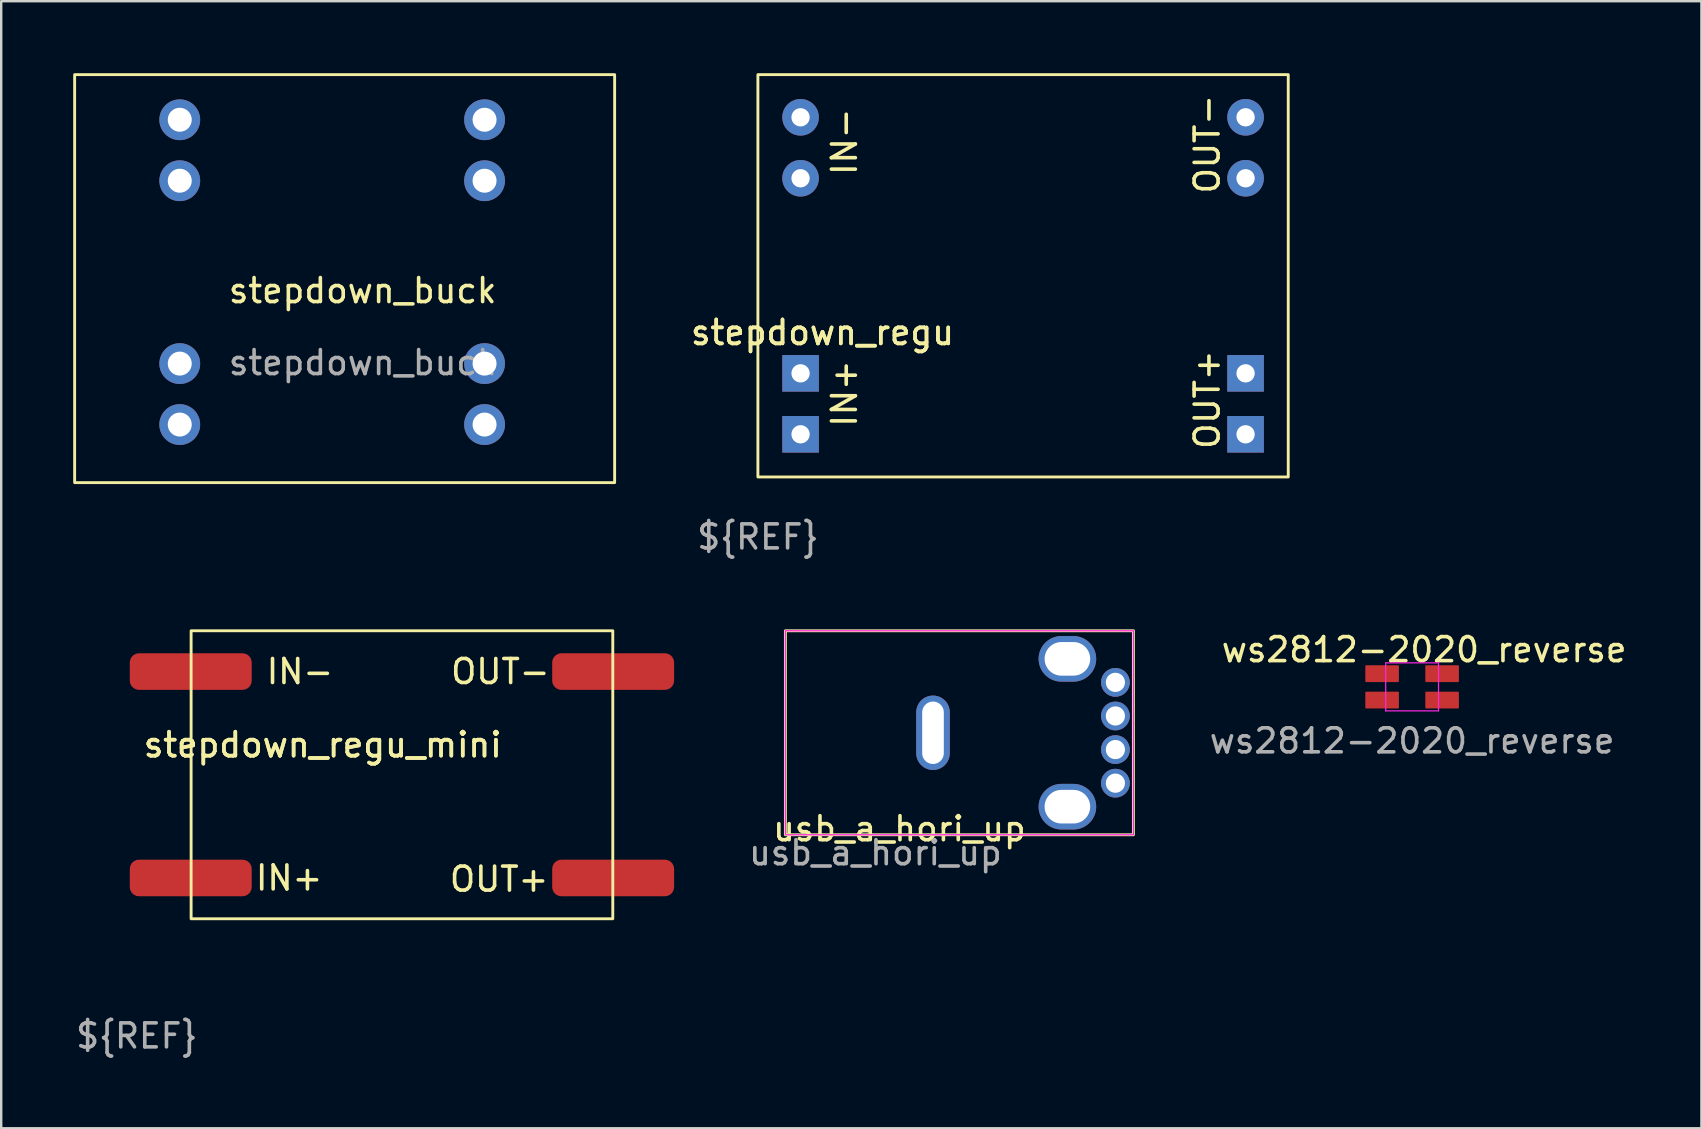
<source format=kicad_pcb>
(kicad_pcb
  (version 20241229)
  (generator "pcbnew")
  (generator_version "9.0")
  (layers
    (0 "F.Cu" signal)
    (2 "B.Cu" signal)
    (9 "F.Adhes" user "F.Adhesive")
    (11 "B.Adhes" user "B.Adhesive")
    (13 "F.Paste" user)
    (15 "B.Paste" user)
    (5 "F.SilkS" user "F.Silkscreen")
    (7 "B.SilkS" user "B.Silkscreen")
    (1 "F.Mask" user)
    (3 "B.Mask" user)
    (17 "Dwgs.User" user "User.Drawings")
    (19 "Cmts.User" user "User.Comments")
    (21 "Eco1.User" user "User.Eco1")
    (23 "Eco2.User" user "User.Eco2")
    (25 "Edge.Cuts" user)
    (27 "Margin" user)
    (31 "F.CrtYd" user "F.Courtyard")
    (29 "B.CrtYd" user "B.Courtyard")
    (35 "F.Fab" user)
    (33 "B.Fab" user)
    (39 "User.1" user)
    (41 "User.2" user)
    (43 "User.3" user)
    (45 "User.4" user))
  (footprint "stepdown_regu"
    (layer "F.Cu")
    (at 39.578 8.442)
    (property "Reference" "stepdown_regu" (at -8.357 2.362 0) (unlocked yes) (layer "F.SilkS") (effects (font (size 1 1) (thickness 0.15))))
    (attr through_hole)
    (fp_rect (start -11.049 8.382) (end 11.049 -8.382) (stroke (width 0.12) (type solid)) (fill no) (layer "F.SilkS"))
    (fp_text user "OUT+" (at 7.671 5.156 90) (unlocked yes) (layer "F.SilkS") (effects (font (size 1 1) (thickness 0.15))))
    (fp_text user "IN-" (at -7.442 -5.588 90) (unlocked yes) (layer "F.SilkS") (effects (font (size 1 1) (thickness 0.15))))
    (fp_text user "IN+" (at -7.442 4.902 90) (unlocked yes) (layer "F.SilkS") (effects (font (size 1 1) (thickness 0.15))))
    (fp_text user "${REFERENCE}" (at -8.357 2.362 0) (unlocked yes) (layer "F.SilkS") (effects (font (size 1 1) (thickness 0.15))))
    (fp_text user "OUT-" (at 7.671 -5.486 90) (unlocked yes) (layer "F.SilkS") (effects (font (size 1 1) (thickness 0.15))))
    (fp_text user "${REF}" (at -11.049 10.882 0) (unlocked yes) (layer "F.Fab") (effects (font (size 1 1) (thickness 0.15))))
    (pad "1" thru_hole circle (at -9.271 -6.604) (size 1.524 1.524) (drill 0.762) (layers "*.Cu" "*.Mask"))
    (pad "1" thru_hole circle (at -9.271 -4.064) (size 1.524 1.524) (drill 0.762) (layers "*.Cu" "*.Mask"))
    (pad "1" thru_hole circle (at 9.271 -6.604) (size 1.524 1.524) (drill 0.762) (layers "*.Cu" "*.Mask"))
    (pad "1" thru_hole circle (at 9.271 -4.064) (size 1.524 1.524) (drill 0.762) (layers "*.Cu" "*.Mask"))
    (pad "2" thru_hole rect (at -9.271 4.064) (size 1.524 1.524) (drill 0.762) (layers "*.Cu" "*.Mask"))
    (pad "2" thru_hole rect (at -9.271 6.604) (size 1.524 1.524) (drill 0.762) (layers "*.Cu" "*.Mask"))
    (pad "3" thru_hole rect (at 9.271 4.064) (size 1.524 1.524) (drill 0.762) (layers "*.Cu" "*.Mask"))
    (pad "3" thru_hole rect (at 9.271 6.604) (size 1.524 1.524) (drill 0.762) (layers "*.Cu" "*.Mask")))
  (footprint "usb_a_hori_up"
    (layer "F.Cu")
    (at 41.425 27.482)
    (property "Reference" "usb_a_hori_up" (at -7 4 0) (unlocked yes) (layer "F.SilkS") (effects (font (size 1 1) (thickness 0.15))))
    (fp_rect (start -11.75 -4.25) (end 2.75 4.25) (stroke (width 0.12) (type solid)) (fill no) (layer "F.SilkS"))
    (fp_rect (start 2.75 -4.25) (end -11.75 4.25) (stroke (width 0.05) (type solid)) (fill no) (layer "F.CrtYd"))
    (fp_text user "${REFERENCE}" (at -8 5 0) (unlocked yes) (layer "F.Fab") (effects (font (size 1 1) (thickness 0.15))))
    (pad "" thru_hole oval (at -5.6 0) (size 1.4 3.1) (drill oval 0.9 2.6) (layers "*.Cu" "*.Mask"))
    (pad "" thru_hole oval (at 0 -3.08) (size 2.4 1.9) (drill oval 1.9 1.4) (layers "*.Cu" "*.Mask"))
    (pad "" thru_hole oval (at 0 3.08) (size 2.4 1.9) (drill oval 1.9 1.4) (layers "*.Cu" "*.Mask"))
    (pad "1" thru_hole circle (at 2 2.1) (size 1.2 1.2) (drill 0.8) (layers "*.Cu" "*.Mask"))
    (pad "2" thru_hole circle (at 2 0.7) (size 1.2 1.2) (drill 0.8) (layers "*.Cu" "*.Mask"))
    (pad "3" thru_hole circle (at 2 -0.7) (size 1.2 1.2) (drill 0.8) (layers "*.Cu" "*.Mask"))
    (pad "4" thru_hole circle (at 2 -2.1) (size 1.2 1.2) (drill 0.8) (layers "*.Cu" "*.Mask")))
  (footprint "stepdown_regu_mini"
    (layer "F.Cu")
    (at 13.698 29.232)
    (property "Reference" "stepdown_regu_mini" (at -3.3 -1.25 0) (unlocked yes) (layer "F.SilkS") (effects (font (size 1 1) (thickness 0.15))))
    (attr through_hole)
    (fp_rect (start -8.785 6) (end 8.785 -6) (stroke (width 0.12) (type solid)) (fill no) (layer "F.SilkS"))
    (fp_text user "IN-" (at -4.25 -4.3 0) (unlocked yes) (layer "F.SilkS") (effects (font (size 1 1) (thickness 0.15))))
    (fp_text user "IN+" (at -4.7 4.3 0) (unlocked yes) (layer "F.SilkS") (effects (font (size 1 1) (thickness 0.15))))
    (fp_text user "OUT-" (at 4.1 -4.3 0) (unlocked yes) (layer "F.SilkS") (effects (font (size 1 1) (thickness 0.15))))
    (fp_text user "OUT+" (at 4.05 4.35 0) (unlocked yes) (layer "F.SilkS") (effects (font (size 1 1) (thickness 0.15))))
    (fp_text user "${REFERENCE}" (at -3.3 -1.25 0) (unlocked yes) (layer "F.SilkS") (effects (font (size 1 1) (thickness 0.15))))
    (fp_text user "${REF}" (at -11.049 10.882 0) (unlocked yes) (layer "F.Fab") (effects (font (size 1 1) (thickness 0.15))))
    (pad "1" smd roundrect (at -8.8 -4.3) (size 5.08 1.524) (layers "F.Cu" "F.Mask" "F.Paste") (roundrect_rratio 0.25))
    (pad "1" smd roundrect (at 8.8 -4.3) (size 5.08 1.524) (layers "F.Cu" "F.Mask" "F.Paste") (roundrect_rratio 0.25))
    (pad "2" smd roundrect (at -8.8 4.3) (size 5.08 1.524) (layers "F.Cu" "F.Mask" "F.Paste") (roundrect_rratio 0.25))
    (pad "3" smd roundrect (at 8.8 4.3) (size 5.08 1.524) (layers "F.Cu" "F.Mask" "F.Paste") (roundrect_rratio 0.25)))
  (footprint "stepdown_buck"
    (layer "F.Cu")
    (at 12.06 9.56)
    (property "Reference" "stepdown_buck" (at 0 -0.5 0) (unlocked yes) (layer "F.SilkS") (effects (font (size 1 1) (thickness 0.15))))
    (fp_rect (start -12 -9.5) (end 10.5 7.5) (stroke (width 0.12) (type solid)) (fill no) (layer "F.SilkS"))
    (fp_text user "${REFERENCE}" (at 0 2.5 0) (unlocked yes) (layer "F.Fab") (effects (font (size 1 1) (thickness 0.15))))
    (pad "1" thru_hole circle (at -7.62 -7.62) (size 1.7 1.7) (drill 1) (layers "*.Cu" "*.Mask"))
    (pad "2" thru_hole circle (at -7.62 -5.08) (size 1.7 1.7) (drill 1) (layers "*.Cu" "*.Mask"))
    (pad "3" thru_hole circle (at -7.62 2.54) (size 1.7 1.7) (drill 1) (layers "*.Cu" "*.Mask"))
    (pad "4" thru_hole circle (at -7.62 5.08) (size 1.7 1.7) (drill 1) (layers "*.Cu" "*.Mask"))
    (pad "5" thru_hole circle (at 5.08 5.08) (size 1.7 1.7) (drill 1) (layers "*.Cu" "*.Mask"))
    (pad "6" thru_hole circle (at 5.08 2.54) (size 1.7 1.7) (drill 1) (layers "*.Cu" "*.Mask"))
    (pad "7" thru_hole circle (at 5.08 -5.08) (size 1.7 1.7) (drill 1) (layers "*.Cu" "*.Mask"))
    (pad "8" thru_hole circle (at 5.08 -7.62) (size 1.7 1.7) (drill 1) (layers "*.Cu" "*.Mask")))
  (footprint "ws2812-2020_reverse"
    (layer "F.Cu")
    (at 55.788 25.57)
    (property "Reference" "ws2812-2020_reverse" (at 0.5 -1.55 0) (unlocked yes) (layer "F.SilkS") (effects (font (size 1 1) (thickness 0.15))))
    (fp_line (start -1.1 -1) (end 1.1 -1) (stroke (width 0.05) (type solid)) (layer "F.CrtYd"))
    (fp_line (start -1.1 1) (end -1.1 -1) (stroke (width 0.05) (type solid)) (layer "F.CrtYd"))
    (fp_line (start -1.1 1) (end 1.1 1) (stroke (width 0.05) (type solid)) (layer "F.CrtYd"))
    (fp_line (start 1.1 1) (end 1.1 -1) (stroke (width 0.05) (type solid)) (layer "F.CrtYd"))
    (fp_text user "${REFERENCE}" (at 0 2.25 0) (layer "F.Fab") (effects (font (size 1 1) (thickness 0.15))))
    (pad "1" smd roundrect (at -1.25 0.55) (size 1.4 0.7) (layers "F.Cu" "F.Mask" "F.Paste") (roundrect_rratio 0.05))
    (pad "2" smd roundrect (at -1.25 -0.55) (size 1.4 0.7) (layers "F.Cu" "F.Mask" "F.Paste") (roundrect_rratio 0.05))
    (pad "3" smd roundrect (at 1.25 -0.55) (size 1.4 0.7) (layers "F.Cu" "F.Mask" "F.Paste") (roundrect_rratio 0.05))
    (pad "4" smd roundrect (at 1.25 0.55) (size 1.4 0.7) (layers "F.Cu" "F.Mask" "F.Paste") (roundrect_rratio 0.05)))
  (gr_rect
    (start -3 -3)
    (end 67.842 43.962)
    (stroke (width 0.1) (type default))
    (fill no)
    (layer "Edge.Cuts")))
</source>
